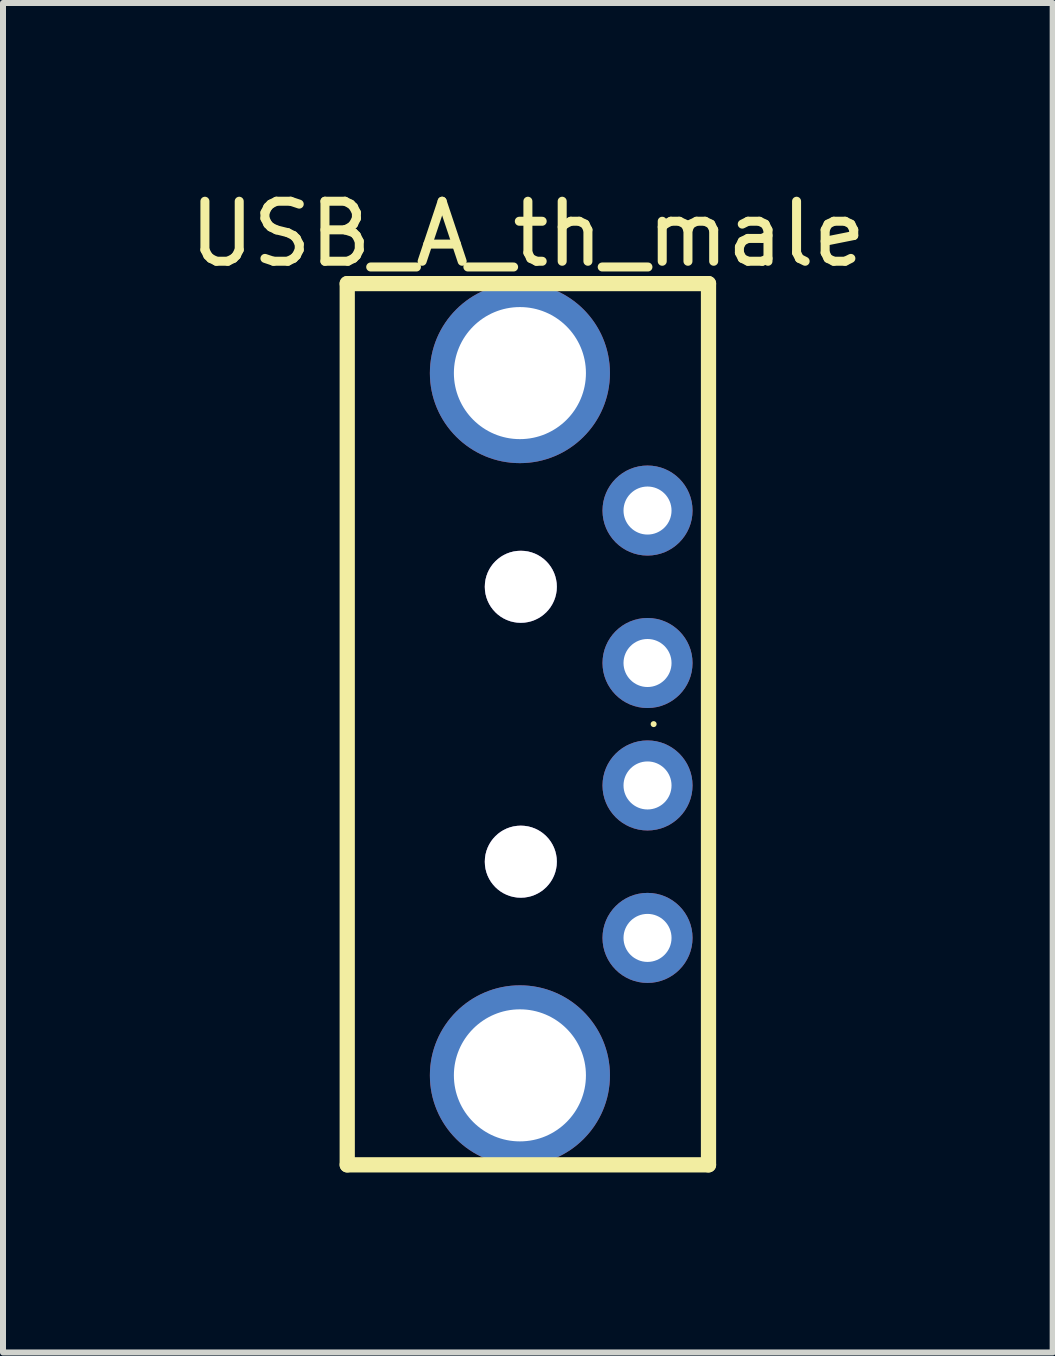
<source format=kicad_pcb>
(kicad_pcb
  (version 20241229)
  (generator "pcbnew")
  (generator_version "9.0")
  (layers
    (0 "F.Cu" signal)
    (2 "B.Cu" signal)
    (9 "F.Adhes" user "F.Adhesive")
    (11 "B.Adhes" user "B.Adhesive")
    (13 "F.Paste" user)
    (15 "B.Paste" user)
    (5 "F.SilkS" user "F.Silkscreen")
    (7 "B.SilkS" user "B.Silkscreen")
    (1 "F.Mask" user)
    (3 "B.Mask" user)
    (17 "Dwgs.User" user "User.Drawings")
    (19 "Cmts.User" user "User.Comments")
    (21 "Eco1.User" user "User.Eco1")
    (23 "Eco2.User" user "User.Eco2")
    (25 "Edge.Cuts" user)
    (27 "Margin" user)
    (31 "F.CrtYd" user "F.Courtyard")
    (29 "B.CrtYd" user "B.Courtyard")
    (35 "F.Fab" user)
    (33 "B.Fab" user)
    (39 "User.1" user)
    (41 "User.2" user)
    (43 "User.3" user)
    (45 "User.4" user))
  (footprint "USB_A_th_male"
    (layer "F.Cu")
    (at 7.84 9.016)
    (property "Reference" "USB_A_th_male" (at -2.095 -8.168 0) (layer "F.SilkS") (effects (font (size 1 1) (thickness 0.15))))
    (fp_line (start -5.105 -7.341) (end 0.914 -7.341) (stroke (width 0.254) (type solid)) (layer "F.SilkS"))
    (fp_line (start -5.105 7.341) (end -5.105 -7.341) (stroke (width 0.254) (type solid)) (layer "F.SilkS"))
    (fp_line (start -5.105 7.341) (end 0.914 7.341) (stroke (width 0.254) (type solid)) (layer "F.SilkS"))
    (fp_line (start 0.914 7.341) (end 0.914 -7.341) (stroke (width 0.254) (type solid)) (layer "F.SilkS"))
    (fp_circle (center 0 -0.002) (end 0 -0.027) (stroke (width 0.05) (type solid)) (fill yes) (layer "F.SilkS"))
    (pad "" thru_hole circle (at -2.213 -2.29) (size 1.2 1.2) (drill 1.2) (layers "*.Cu" "*.Mask"))
    (pad "" thru_hole circle (at -2.213 2.29) (size 1.2 1.2) (drill 1.2) (layers "*.Cu" "*.Mask"))
    (pad "1" thru_hole circle (at -0.102 3.56) (size 1.5 1.5) (drill 0.8) (layers "*.Cu" "*.Mask"))
    (pad "2" thru_hole circle (at -0.102 1.02) (size 1.5 1.5) (drill 0.8) (layers "*.Cu" "*.Mask"))
    (pad "3" thru_hole circle (at -0.102 -1.02) (size 1.5 1.5) (drill 0.8) (layers "*.Cu" "*.Mask"))
    (pad "4" thru_hole circle (at -0.102 -3.56) (size 1.5 1.5) (drill 0.8) (layers "*.Cu" "*.Mask"))
    (pad "5" thru_hole circle (at -2.228 -5.85) (size 3 3) (drill 2.2) (layers "*.Cu" "*.Mask"))
    (pad "6" thru_hole circle (at -2.228 5.85) (size 3 3) (drill 2.2) (layers "*.Cu" "*.Mask")))
  (gr_rect
    (start -3 -3)
    (end 14.488 19.483)
    (stroke (width 0.1) (type default))
    (fill no)
    (layer "Edge.Cuts")))
</source>
